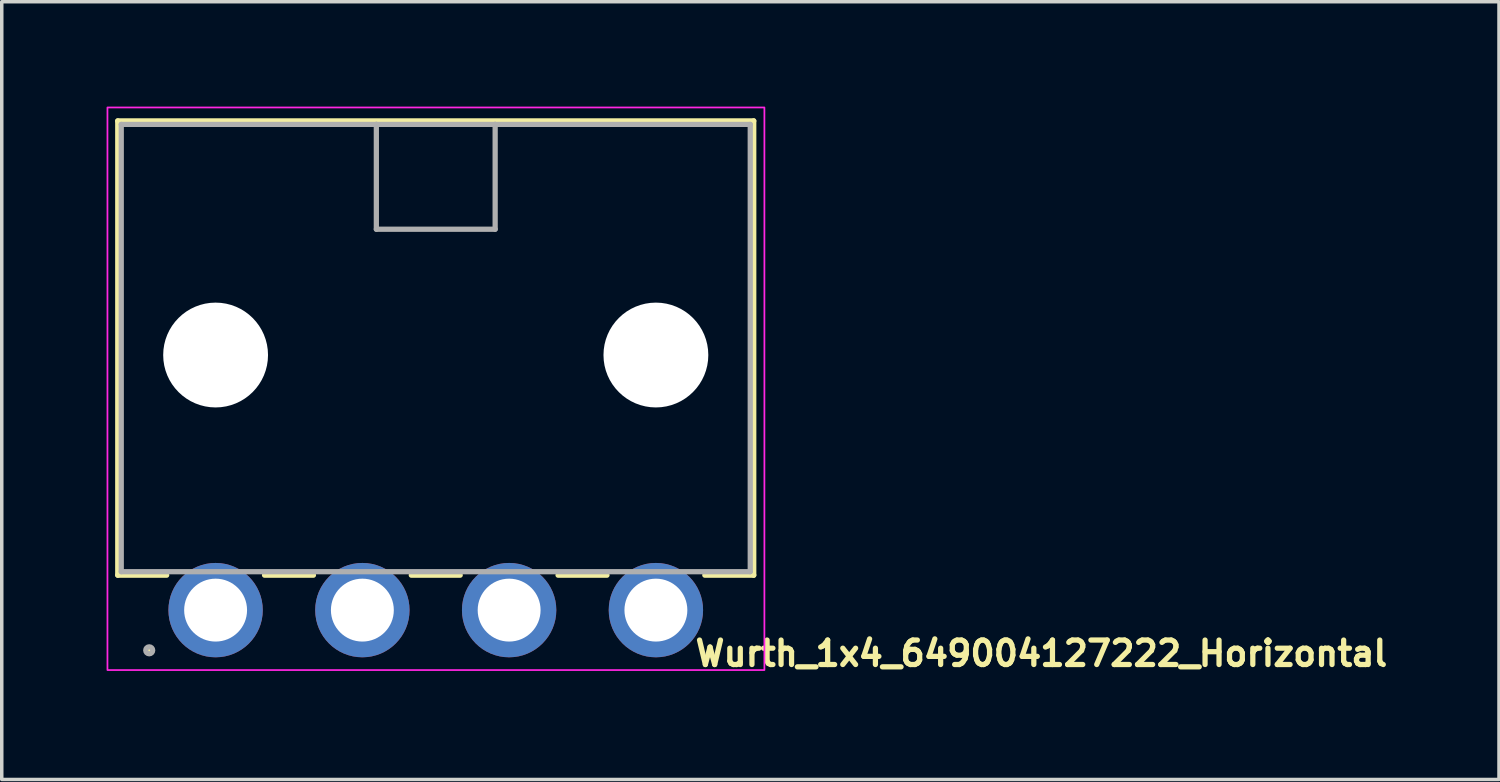
<source format=kicad_pcb>
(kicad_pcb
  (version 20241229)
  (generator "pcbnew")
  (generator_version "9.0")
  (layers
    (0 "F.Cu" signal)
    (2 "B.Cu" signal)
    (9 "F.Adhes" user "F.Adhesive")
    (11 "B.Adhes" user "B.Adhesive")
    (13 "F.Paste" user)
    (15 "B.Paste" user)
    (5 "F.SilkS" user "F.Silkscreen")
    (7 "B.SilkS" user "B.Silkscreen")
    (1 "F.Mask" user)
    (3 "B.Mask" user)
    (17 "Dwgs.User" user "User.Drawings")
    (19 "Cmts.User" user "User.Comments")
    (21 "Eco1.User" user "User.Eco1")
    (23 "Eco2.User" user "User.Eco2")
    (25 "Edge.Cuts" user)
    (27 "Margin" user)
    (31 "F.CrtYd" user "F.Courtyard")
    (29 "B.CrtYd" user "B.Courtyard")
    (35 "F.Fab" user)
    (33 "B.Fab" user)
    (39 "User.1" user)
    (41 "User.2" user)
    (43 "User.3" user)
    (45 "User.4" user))
  (footprint "Wurth_1x4_649004127222_Horizontal"
    (layer "F.Cu")
    (at 3.12 14.41)
    (property "Reference" "Wurth_1x4_649004127222_Horizontal" (at 13.65 1.65 180) (layer "F.SilkS") (effects (font (size 0.7 0.7) (thickness 0.15)) (justify left bottom)))
    (attr through_hole)
    (fp_line (start -2.8 -14) (end -2.8 -1) (stroke (width 0.15) (type solid)) (layer "F.SilkS"))
    (fp_line (start -2.8 -1) (end -1.4 -1) (stroke (width 0.15) (type solid)) (layer "F.SilkS"))
    (fp_line (start 2.8 -1) (end 1.4 -1) (stroke (width 0.15) (type solid)) (layer "F.SilkS"))
    (fp_line (start 7 -1) (end 5.6 -1) (stroke (width 0.15) (type solid)) (layer "F.SilkS"))
    (fp_line (start 11.2 -1) (end 9.8 -1) (stroke (width 0.15) (type solid)) (layer "F.SilkS"))
    (fp_line (start 14 -1) (end 15.4 -1) (stroke (width 0.15) (type solid)) (layer "F.SilkS"))
    (fp_line (start 15.4 -14) (end -2.8 -14) (stroke (width 0.15) (type solid)) (layer "F.SilkS"))
    (fp_line (start 15.4 -1) (end 15.4 -14) (stroke (width 0.15) (type solid)) (layer "F.SilkS"))
    (fp_circle (center -1.9 1.15) (end -1.95 1.15) (stroke (width 0.15) (type solid)) (fill yes) (layer "F.SilkS"))
    (fp_rect (start 15.705 1.715) (end -3.095 -14.385) (stroke (width 0.05) (type solid)) (fill no) (layer "F.CrtYd"))
    (fp_line (start -2.7 -13.9) (end 4.6 -13.9) (stroke (width 0.15) (type solid)) (layer "F.Fab"))
    (fp_line (start -2.7 -1.1) (end -2.7 -13.9) (stroke (width 0.15) (type solid)) (layer "F.Fab"))
    (fp_line (start 4.6 -13.9) (end 8 -13.9) (stroke (width 0.15) (type solid)) (layer "F.Fab"))
    (fp_line (start 4.6 -10.9) (end 4.6 -13.9) (stroke (width 0.15) (type solid)) (layer "F.Fab"))
    (fp_line (start 8 -13.9) (end 8 -10.9) (stroke (width 0.15) (type solid)) (layer "F.Fab"))
    (fp_line (start 8 -13.9) (end 15.3 -13.9) (stroke (width 0.15) (type solid)) (layer "F.Fab"))
    (fp_line (start 8 -10.9) (end 4.6 -10.9) (stroke (width 0.15) (type solid)) (layer "F.Fab"))
    (fp_line (start 15.3 -13.9) (end 15.3 -1.1) (stroke (width 0.15) (type solid)) (layer "F.Fab"))
    (fp_line (start 15.3 -1.1) (end -2.7 -1.1) (stroke (width 0.15) (type solid)) (layer "F.Fab"))
    (fp_circle (center -1.9 1.15) (end -2 1.15) (stroke (width 0.15) (type solid)) (fill no) (layer "F.Fab"))
    (fp_rect (start 15.305 0.485) (end -2.695 -13.985) (stroke (width 0.1) (type solid)) (fill no) (layer "User.5"))
    (fp_line (start -2.695 -13.985) (end -2.695 -1.185) (stroke (width 0.02) (type solid)) (layer "User.9"))
    (fp_line (start -0.565 -1.185) (end -0.565 -0.515) (stroke (width 0.02) (type solid)) (layer "User.9"))
    (fp_line (start -0.565 -0.515) (end -0.565 -0.403) (stroke (width 0.02) (type solid)) (layer "User.9"))
    (fp_line (start -0.565 -0.403) (end -0.565 -0.292) (stroke (width 0.02) (type solid)) (layer "User.9"))
    (fp_line (start -0.565 -0.292) (end -0.565 -0.185) (stroke (width 0.02) (type solid)) (layer "User.9"))
    (fp_line (start -0.565 -0.185) (end -0.565 -0.081) (stroke (width 0.02) (type solid)) (layer "User.9"))
    (fp_line (start -0.565 -0.081) (end -0.565 0.017) (stroke (width 0.02) (type solid)) (layer "User.9"))
    (fp_line (start -0.565 0.017) (end -0.565 0.108) (stroke (width 0.02) (type solid)) (layer "User.9"))
    (fp_line (start -0.565 0.108) (end -0.565 0.192) (stroke (width 0.02) (type solid)) (layer "User.9"))
    (fp_line (start -0.565 0.192) (end -0.565 0.267) (stroke (width 0.02) (type solid)) (layer "User.9"))
    (fp_line (start -0.565 0.267) (end -0.565 0.332) (stroke (width 0.02) (type solid)) (layer "User.9"))
    (fp_line (start -0.565 0.332) (end -0.565 0.386) (stroke (width 0.02) (type solid)) (layer "User.9"))
    (fp_line (start -0.565 0.386) (end -0.565 0.429) (stroke (width 0.02) (type solid)) (layer "User.9"))
    (fp_line (start -0.565 0.429) (end -0.565 0.46) (stroke (width 0.02) (type solid)) (layer "User.9"))
    (fp_line (start -0.565 0.46) (end -0.565 0.479) (stroke (width 0.02) (type solid)) (layer "User.9"))
    (fp_line (start -0.565 0.479) (end -0.565 0.485) (stroke (width 0.02) (type solid)) (layer "User.9"))
    (fp_line (start -0.37 -13.985) (end -2.695 -13.985) (stroke (width 0.02) (type solid)) (layer "User.9"))
    (fp_line (start -0.37 -13.985) (end -0.327 -13.985) (stroke (width 0.02) (type solid)) (layer "User.9"))
    (fp_line (start -0.37 -10.885) (end -0.37 -13.985) (stroke (width 0.02) (type solid)) (layer "User.9"))
    (fp_line (start -0.37 -10.885) (end -0.327 -10.885) (stroke (width 0.02) (type solid)) (layer "User.9"))
    (fp_line (start -0.327 -13.985) (end -0.279 -13.985) (stroke (width 0.02) (type solid)) (layer "User.9"))
    (fp_line (start -0.327 -10.885) (end -0.279 -10.885) (stroke (width 0.02) (type solid)) (layer "User.9"))
    (fp_line (start -0.279 -13.985) (end -0.228 -13.985) (stroke (width 0.02) (type solid)) (layer "User.9"))
    (fp_line (start -0.279 -10.885) (end -0.228 -10.885) (stroke (width 0.02) (type solid)) (layer "User.9"))
    (fp_line (start -0.228 -13.985) (end -0.173 -13.985) (stroke (width 0.02) (type solid)) (layer "User.9"))
    (fp_line (start -0.228 -10.885) (end -0.173 -10.885) (stroke (width 0.02) (type solid)) (layer "User.9"))
    (fp_line (start -0.173 -13.985) (end -0.115 -13.985) (stroke (width 0.02) (type solid)) (layer "User.9"))
    (fp_line (start -0.173 -10.885) (end -0.115 -10.885) (stroke (width 0.02) (type solid)) (layer "User.9"))
    (fp_line (start -0.115 -13.985) (end -0.055 -13.985) (stroke (width 0.02) (type solid)) (layer "User.9"))
    (fp_line (start -0.115 -10.885) (end -0.055 -10.885) (stroke (width 0.02) (type solid)) (layer "User.9"))
    (fp_line (start -0.055 -13.985) (end 0.005 -13.985) (stroke (width 0.02) (type solid)) (layer "User.9"))
    (fp_line (start -0.055 -10.885) (end 0.005 -10.885) (stroke (width 0.02) (type solid)) (layer "User.9"))
    (fp_line (start 0.005 -13.985) (end 0.065 -13.985) (stroke (width 0.02) (type solid)) (layer "User.9"))
    (fp_line (start 0.005 -10.885) (end 0.065 -10.885) (stroke (width 0.02) (type solid)) (layer "User.9"))
    (fp_line (start 0.065 -13.985) (end 0.125 -13.985) (stroke (width 0.02) (type solid)) (layer "User.9"))
    (fp_line (start 0.065 -10.885) (end 0.125 -10.885) (stroke (width 0.02) (type solid)) (layer "User.9"))
    (fp_line (start 0.125 -13.985) (end 0.183 -13.985) (stroke (width 0.02) (type solid)) (layer "User.9"))
    (fp_line (start 0.125 -10.885) (end 0.183 -10.885) (stroke (width 0.02) (type solid)) (layer "User.9"))
    (fp_line (start 0.183 -13.985) (end 0.238 -13.985) (stroke (width 0.02) (type solid)) (layer "User.9"))
    (fp_line (start 0.183 -10.885) (end 0.238 -10.885) (stroke (width 0.02) (type solid)) (layer "User.9"))
    (fp_line (start 0.238 -13.985) (end 0.289 -13.985) (stroke (width 0.02) (type solid)) (layer "User.9"))
    (fp_line (start 0.238 -10.885) (end 0.289 -10.885) (stroke (width 0.02) (type solid)) (layer "User.9"))
    (fp_line (start 0.289 -13.985) (end 0.337 -13.985) (stroke (width 0.02) (type solid)) (layer "User.9"))
    (fp_line (start 0.289 -10.885) (end 0.337 -10.885) (stroke (width 0.02) (type solid)) (layer "User.9"))
    (fp_line (start 0.337 -13.985) (end 0.38 -13.985) (stroke (width 0.02) (type solid)) (layer "User.9"))
    (fp_line (start 0.337 -10.885) (end 0.38 -10.885) (stroke (width 0.02) (type solid)) (layer "User.9"))
    (fp_line (start 0.38 -10.885) (end 0.38 -13.985) (stroke (width 0.02) (type solid)) (layer "User.9"))
    (fp_line (start 0.575 -1.185) (end 0.575 -0.515) (stroke (width 0.02) (type solid)) (layer "User.9"))
    (fp_line (start 0.575 -0.515) (end -0.565 -0.515) (stroke (width 0.02) (type solid)) (layer "User.9"))
    (fp_line (start 0.575 -0.515) (end 0.575 -0.403) (stroke (width 0.02) (type solid)) (layer "User.9"))
    (fp_line (start 0.575 -0.403) (end 0.575 -0.292) (stroke (width 0.02) (type solid)) (layer "User.9"))
    (fp_line (start 0.575 -0.292) (end 0.575 -0.185) (stroke (width 0.02) (type solid)) (layer "User.9"))
    (fp_line (start 0.575 -0.185) (end 0.575 -0.081) (stroke (width 0.02) (type solid)) (layer "User.9"))
    (fp_line (start 0.575 -0.081) (end 0.575 0.017) (stroke (width 0.02) (type solid)) (layer "User.9"))
    (fp_line (start 0.575 0.017) (end 0.575 0.108) (stroke (width 0.02) (type solid)) (layer "User.9"))
    (fp_line (start 0.575 0.108) (end 0.575 0.192) (stroke (width 0.02) (type solid)) (layer "User.9"))
    (fp_line (start 0.575 0.192) (end 0.575 0.267) (stroke (width 0.02) (type solid)) (layer "User.9"))
    (fp_line (start 0.575 0.267) (end 0.575 0.332) (stroke (width 0.02) (type solid)) (layer "User.9"))
    (fp_line (start 0.575 0.332) (end 0.575 0.386) (stroke (width 0.02) (type solid)) (layer "User.9"))
    (fp_line (start 0.575 0.386) (end 0.575 0.429) (stroke (width 0.02) (type solid)) (layer "User.9"))
    (fp_line (start 0.575 0.429) (end 0.575 0.46) (stroke (width 0.02) (type solid)) (layer "User.9"))
    (fp_line (start 0.575 0.46) (end 0.575 0.479) (stroke (width 0.02) (type solid)) (layer "User.9"))
    (fp_line (start 0.575 0.479) (end 0.575 0.485) (stroke (width 0.02) (type solid)) (layer "User.9"))
    (fp_line (start 0.575 0.485) (end -0.565 0.485) (stroke (width 0.02) (type solid)) (layer "User.9"))
    (fp_line (start 3.635 -1.185) (end 3.635 -0.515) (stroke (width 0.02) (type solid)) (layer "User.9"))
    (fp_line (start 3.635 -0.515) (end 3.635 -0.403) (stroke (width 0.02) (type solid)) (layer "User.9"))
    (fp_line (start 3.635 -0.403) (end 3.635 -0.292) (stroke (width 0.02) (type solid)) (layer "User.9"))
    (fp_line (start 3.635 -0.292) (end 3.635 -0.185) (stroke (width 0.02) (type solid)) (layer "User.9"))
    (fp_line (start 3.635 -0.185) (end 3.635 -0.081) (stroke (width 0.02) (type solid)) (layer "User.9"))
    (fp_line (start 3.635 -0.081) (end 3.635 0.017) (stroke (width 0.02) (type solid)) (layer "User.9"))
    (fp_line (start 3.635 0.017) (end 3.635 0.108) (stroke (width 0.02) (type solid)) (layer "User.9"))
    (fp_line (start 3.635 0.108) (end 3.635 0.192) (stroke (width 0.02) (type solid)) (layer "User.9"))
    (fp_line (start 3.635 0.192) (end 3.635 0.267) (stroke (width 0.02) (type solid)) (layer "User.9"))
    (fp_line (start 3.635 0.267) (end 3.635 0.332) (stroke (width 0.02) (type solid)) (layer "User.9"))
    (fp_line (start 3.635 0.332) (end 3.635 0.386) (stroke (width 0.02) (type solid)) (layer "User.9"))
    (fp_line (start 3.635 0.386) (end 3.635 0.429) (stroke (width 0.02) (type solid)) (layer "User.9"))
    (fp_line (start 3.635 0.429) (end 3.635 0.46) (stroke (width 0.02) (type solid)) (layer "User.9"))
    (fp_line (start 3.635 0.46) (end 3.635 0.479) (stroke (width 0.02) (type solid)) (layer "User.9"))
    (fp_line (start 3.635 0.479) (end 3.635 0.485) (stroke (width 0.02) (type solid)) (layer "User.9"))
    (fp_line (start 4.755 -13.985) (end 0.38 -13.985) (stroke (width 0.02) (type solid)) (layer "User.9"))
    (fp_line (start 4.755 -13.985) (end 7.855 -13.985) (stroke (width 0.02) (type solid)) (layer "User.9"))
    (fp_line (start 4.755 -11.385) (end 4.755 -13.985) (stroke (width 0.02) (type solid)) (layer "User.9"))
    (fp_line (start 4.755 -11.385) (end 4.755 -10.885) (stroke (width 0.02) (type solid)) (layer "User.9"))
    (fp_line (start 4.755 -10.885) (end 7.855 -10.885) (stroke (width 0.02) (type solid)) (layer "User.9"))
    (fp_line (start 4.775 -1.185) (end 4.775 -0.515) (stroke (width 0.02) (type solid)) (layer "User.9"))
    (fp_line (start 4.775 -0.515) (end 3.635 -0.515) (stroke (width 0.02) (type solid)) (layer "User.9"))
    (fp_line (start 4.775 -0.515) (end 4.775 -0.403) (stroke (width 0.02) (type solid)) (layer "User.9"))
    (fp_line (start 4.775 -0.403) (end 4.775 -0.292) (stroke (width 0.02) (type solid)) (layer "User.9"))
    (fp_line (start 4.775 -0.292) (end 4.775 -0.185) (stroke (width 0.02) (type solid)) (layer "User.9"))
    (fp_line (start 4.775 -0.185) (end 4.775 -0.081) (stroke (width 0.02) (type solid)) (layer "User.9"))
    (fp_line (start 4.775 -0.081) (end 4.775 0.017) (stroke (width 0.02) (type solid)) (layer "User.9"))
    (fp_line (start 4.775 0.017) (end 4.775 0.108) (stroke (width 0.02) (type solid)) (layer "User.9"))
    (fp_line (start 4.775 0.108) (end 4.775 0.192) (stroke (width 0.02) (type solid)) (layer "User.9"))
    (fp_line (start 4.775 0.192) (end 4.775 0.267) (stroke (width 0.02) (type solid)) (layer "User.9"))
    (fp_line (start 4.775 0.267) (end 4.775 0.332) (stroke (width 0.02) (type solid)) (layer "User.9"))
    (fp_line (start 4.775 0.332) (end 4.775 0.386) (stroke (width 0.02) (type solid)) (layer "User.9"))
    (fp_line (start 4.775 0.386) (end 4.775 0.429) (stroke (width 0.02) (type solid)) (layer "User.9"))
    (fp_line (start 4.775 0.429) (end 4.775 0.46) (stroke (width 0.02) (type solid)) (layer "User.9"))
    (fp_line (start 4.775 0.46) (end 4.775 0.479) (stroke (width 0.02) (type solid)) (layer "User.9"))
    (fp_line (start 4.775 0.479) (end 4.775 0.485) (stroke (width 0.02) (type solid)) (layer "User.9"))
    (fp_line (start 4.775 0.485) (end 3.635 0.485) (stroke (width 0.02) (type solid)) (layer "User.9"))
    (fp_line (start 7.835 -1.185) (end 7.835 -0.515) (stroke (width 0.02) (type solid)) (layer "User.9"))
    (fp_line (start 7.835 -0.515) (end 7.835 -0.403) (stroke (width 0.02) (type solid)) (layer "User.9"))
    (fp_line (start 7.835 -0.403) (end 7.835 -0.292) (stroke (width 0.02) (type solid)) (layer "User.9"))
    (fp_line (start 7.835 -0.292) (end 7.835 -0.185) (stroke (width 0.02) (type solid)) (layer "User.9"))
    (fp_line (start 7.835 -0.185) (end 7.835 -0.081) (stroke (width 0.02) (type solid)) (layer "User.9"))
    (fp_line (start 7.835 -0.081) (end 7.835 0.017) (stroke (width 0.02) (type solid)) (layer "User.9"))
    (fp_line (start 7.835 0.017) (end 7.835 0.108) (stroke (width 0.02) (type solid)) (layer "User.9"))
    (fp_line (start 7.835 0.108) (end 7.835 0.192) (stroke (width 0.02) (type solid)) (layer "User.9"))
    (fp_line (start 7.835 0.192) (end 7.835 0.267) (stroke (width 0.02) (type solid)) (layer "User.9"))
    (fp_line (start 7.835 0.267) (end 7.835 0.332) (stroke (width 0.02) (type solid)) (layer "User.9"))
    (fp_line (start 7.835 0.332) (end 7.835 0.386) (stroke (width 0.02) (type solid)) (layer "User.9"))
    (fp_line (start 7.835 0.386) (end 7.835 0.429) (stroke (width 0.02) (type solid)) (layer "User.9"))
    (fp_line (start 7.835 0.429) (end 7.835 0.46) (stroke (width 0.02) (type solid)) (layer "User.9"))
    (fp_line (start 7.835 0.46) (end 7.835 0.479) (stroke (width 0.02) (type solid)) (layer "User.9"))
    (fp_line (start 7.835 0.479) (end 7.835 0.485) (stroke (width 0.02) (type solid)) (layer "User.9"))
    (fp_line (start 7.855 -13.985) (end 7.855 -11.385) (stroke (width 0.02) (type solid)) (layer "User.9"))
    (fp_line (start 7.855 -11.385) (end 4.755 -11.385) (stroke (width 0.02) (type solid)) (layer "User.9"))
    (fp_line (start 7.855 -10.885) (end 7.855 -11.385) (stroke (width 0.02) (type solid)) (layer "User.9"))
    (fp_line (start 8.975 -1.185) (end 8.975 -0.515) (stroke (width 0.02) (type solid)) (layer "User.9"))
    (fp_line (start 8.975 -0.515) (end 7.835 -0.515) (stroke (width 0.02) (type solid)) (layer "User.9"))
    (fp_line (start 8.975 -0.515) (end 8.975 -0.403) (stroke (width 0.02) (type solid)) (layer "User.9"))
    (fp_line (start 8.975 -0.403) (end 8.975 -0.292) (stroke (width 0.02) (type solid)) (layer "User.9"))
    (fp_line (start 8.975 -0.292) (end 8.975 -0.185) (stroke (width 0.02) (type solid)) (layer "User.9"))
    (fp_line (start 8.975 -0.185) (end 8.975 -0.081) (stroke (width 0.02) (type solid)) (layer "User.9"))
    (fp_line (start 8.975 -0.081) (end 8.975 0.017) (stroke (width 0.02) (type solid)) (layer "User.9"))
    (fp_line (start 8.975 0.017) (end 8.975 0.108) (stroke (width 0.02) (type solid)) (layer "User.9"))
    (fp_line (start 8.975 0.108) (end 8.975 0.192) (stroke (width 0.02) (type solid)) (layer "User.9"))
    (fp_line (start 8.975 0.192) (end 8.975 0.267) (stroke (width 0.02) (type solid)) (layer "User.9"))
    (fp_line (start 8.975 0.267) (end 8.975 0.332) (stroke (width 0.02) (type solid)) (layer "User.9"))
    (fp_line (start 8.975 0.332) (end 8.975 0.386) (stroke (width 0.02) (type solid)) (layer "User.9"))
    (fp_line (start 8.975 0.386) (end 8.975 0.429) (stroke (width 0.02) (type solid)) (layer "User.9"))
    (fp_line (start 8.975 0.429) (end 8.975 0.46) (stroke (width 0.02) (type solid)) (layer "User.9"))
    (fp_line (start 8.975 0.46) (end 8.975 0.479) (stroke (width 0.02) (type solid)) (layer "User.9"))
    (fp_line (start 8.975 0.479) (end 8.975 0.485) (stroke (width 0.02) (type solid)) (layer "User.9"))
    (fp_line (start 8.975 0.485) (end 7.835 0.485) (stroke (width 0.02) (type solid)) (layer "User.9"))
    (fp_line (start 12.035 -1.185) (end 12.035 -0.515) (stroke (width 0.02) (type solid)) (layer "User.9"))
    (fp_line (start 12.035 -0.515) (end 12.035 -0.403) (stroke (width 0.02) (type solid)) (layer "User.9"))
    (fp_line (start 12.035 -0.403) (end 12.035 -0.292) (stroke (width 0.02) (type solid)) (layer "User.9"))
    (fp_line (start 12.035 -0.292) (end 12.035 -0.185) (stroke (width 0.02) (type solid)) (layer "User.9"))
    (fp_line (start 12.035 -0.185) (end 12.035 -0.081) (stroke (width 0.02) (type solid)) (layer "User.9"))
    (fp_line (start 12.035 -0.081) (end 12.035 0.017) (stroke (width 0.02) (type solid)) (layer "User.9"))
    (fp_line (start 12.035 0.017) (end 12.035 0.108) (stroke (width 0.02) (type solid)) (layer "User.9"))
    (fp_line (start 12.035 0.108) (end 12.035 0.192) (stroke (width 0.02) (type solid)) (layer "User.9"))
    (fp_line (start 12.035 0.192) (end 12.035 0.267) (stroke (width 0.02) (type solid)) (layer "User.9"))
    (fp_line (start 12.035 0.267) (end 12.035 0.332) (stroke (width 0.02) (type solid)) (layer "User.9"))
    (fp_line (start 12.035 0.332) (end 12.035 0.386) (stroke (width 0.02) (type solid)) (layer "User.9"))
    (fp_line (start 12.035 0.386) (end 12.035 0.429) (stroke (width 0.02) (type solid)) (layer "User.9"))
    (fp_line (start 12.035 0.429) (end 12.035 0.46) (stroke (width 0.02) (type solid)) (layer "User.9"))
    (fp_line (start 12.035 0.46) (end 12.035 0.479) (stroke (width 0.02) (type solid)) (layer "User.9"))
    (fp_line (start 12.035 0.479) (end 12.035 0.485) (stroke (width 0.02) (type solid)) (layer "User.9"))
    (fp_line (start 13.175 -1.185) (end 13.175 -0.515) (stroke (width 0.02) (type solid)) (layer "User.9"))
    (fp_line (start 13.175 -0.515) (end 12.035 -0.515) (stroke (width 0.02) (type solid)) (layer "User.9"))
    (fp_line (start 13.175 -0.515) (end 13.175 -0.403) (stroke (width 0.02) (type solid)) (layer "User.9"))
    (fp_line (start 13.175 -0.403) (end 13.175 -0.292) (stroke (width 0.02) (type solid)) (layer "User.9"))
    (fp_line (start 13.175 -0.292) (end 13.175 -0.185) (stroke (width 0.02) (type solid)) (layer "User.9"))
    (fp_line (start 13.175 -0.185) (end 13.175 -0.081) (stroke (width 0.02) (type solid)) (layer "User.9"))
    (fp_line (start 13.175 -0.081) (end 13.175 0.017) (stroke (width 0.02) (type solid)) (layer "User.9"))
    (fp_line (start 13.175 0.017) (end 13.175 0.108) (stroke (width 0.02) (type solid)) (layer "User.9"))
    (fp_line (start 13.175 0.108) (end 13.175 0.192) (stroke (width 0.02) (type solid)) (layer "User.9"))
    (fp_line (start 13.175 0.192) (end 13.175 0.267) (stroke (width 0.02) (type solid)) (layer "User.9"))
    (fp_line (start 13.175 0.267) (end 13.175 0.332) (stroke (width 0.02) (type solid)) (layer "User.9"))
    (fp_line (start 13.175 0.332) (end 13.175 0.386) (stroke (width 0.02) (type solid)) (layer "User.9"))
    (fp_line (start 13.175 0.386) (end 13.175 0.429) (stroke (width 0.02) (type solid)) (layer "User.9"))
    (fp_line (start 13.175 0.429) (end 13.175 0.46) (stroke (width 0.02) (type solid)) (layer "User.9"))
    (fp_line (start 13.175 0.46) (end 13.175 0.479) (stroke (width 0.02) (type solid)) (layer "User.9"))
    (fp_line (start 13.175 0.479) (end 13.175 0.485) (stroke (width 0.02) (type solid)) (layer "User.9"))
    (fp_line (start 13.175 0.485) (end 12.035 0.485) (stroke (width 0.02) (type solid)) (layer "User.9"))
    (fp_line (start 15.305 -13.985) (end 7.855 -13.985) (stroke (width 0.02) (type solid)) (layer "User.9"))
    (fp_line (start 15.305 -13.985) (end 15.305 -1.185) (stroke (width 0.02) (type solid)) (layer "User.9"))
    (fp_line (start 15.305 -1.185) (end -2.695 -1.185) (stroke (width 0.02) (type solid)) (layer "User.9"))
    (pad "" np_thru_hole circle (at 0 -7.3 180) (size 3 3) (drill 3) (layers "*.Cu" "*.Mask"))
    (pad "" np_thru_hole circle (at 12.6 -7.3 180) (size 3 3) (drill 3) (layers "*.Cu" "*.Mask"))
    (pad "1" thru_hole circle (at 0 0 180) (size 2.7 2.7) (drill 1.8) (layers "*.Cu" "*.Mask"))
    (pad "2" thru_hole circle (at 4.2 0 180) (size 2.7 2.7) (drill 1.8) (layers "*.Cu" "*.Mask"))
    (pad "3" thru_hole circle (at 8.4 0 180) (size 2.7 2.7) (drill 1.8) (layers "*.Cu" "*.Mask"))
    (pad "4" thru_hole circle (at 12.6 0 180) (size 2.7 2.7) (drill 1.8) (layers "*.Cu" "*.Mask")))
  (gr_rect
    (start -3 -3)
    (end 39.847 19.256)
    (stroke (width 0.1) (type default))
    (fill no)
    (layer "Edge.Cuts")))
</source>
